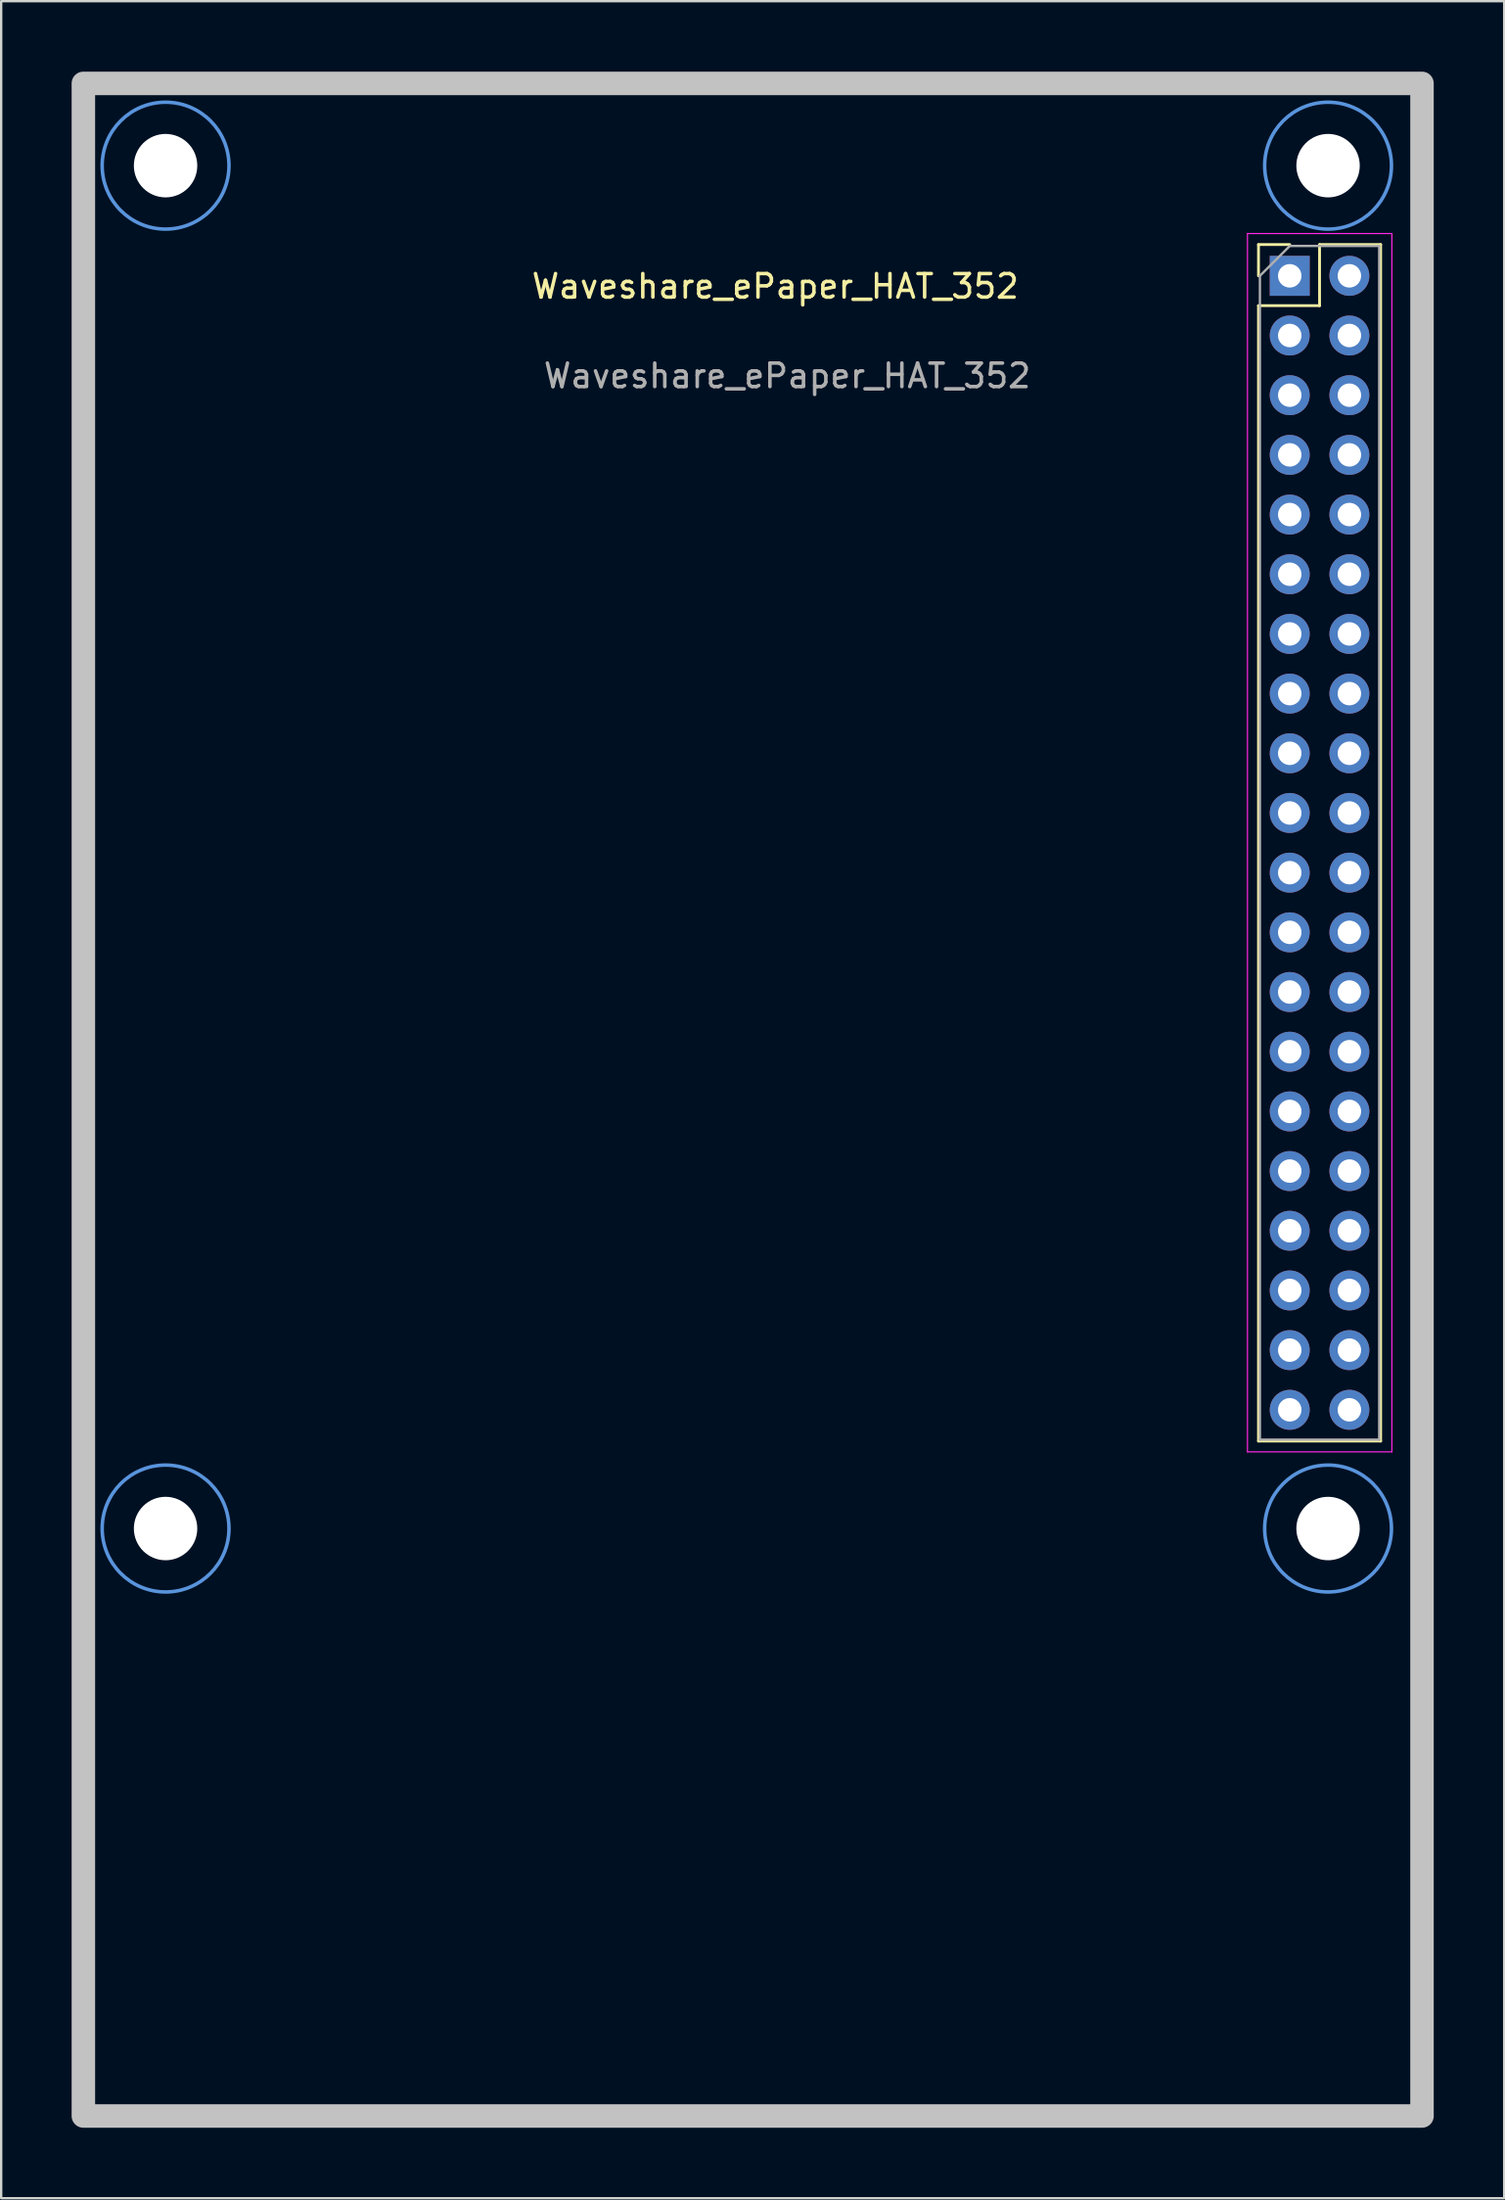
<source format=kicad_pcb>
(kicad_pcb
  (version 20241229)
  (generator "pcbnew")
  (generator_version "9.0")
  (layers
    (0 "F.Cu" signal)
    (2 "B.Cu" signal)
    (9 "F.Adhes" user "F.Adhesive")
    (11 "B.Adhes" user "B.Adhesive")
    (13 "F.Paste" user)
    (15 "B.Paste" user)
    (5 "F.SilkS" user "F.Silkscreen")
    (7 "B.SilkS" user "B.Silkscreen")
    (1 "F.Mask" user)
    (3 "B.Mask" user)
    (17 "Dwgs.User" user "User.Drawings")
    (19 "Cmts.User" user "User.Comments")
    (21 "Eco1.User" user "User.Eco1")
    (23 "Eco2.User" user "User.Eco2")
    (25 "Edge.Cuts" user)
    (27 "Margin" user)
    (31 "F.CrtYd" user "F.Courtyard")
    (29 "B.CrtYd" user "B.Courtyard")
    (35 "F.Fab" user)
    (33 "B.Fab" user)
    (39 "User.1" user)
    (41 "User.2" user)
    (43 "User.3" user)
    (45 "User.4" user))
  (footprint "Waveshare_ePaper_HAT_352"
    (layer "F.Cu")
    (at 4 4)
    (property "Reference" "Waveshare_ePaper_HAT_352" (at 25.964 5.136 0) (unlocked yes) (layer "F.SilkS") (effects (font (size 1 1) (thickness 0.15))))
    (attr through_hole)
    (fp_line (start 46.538 3.358) (end 47.868 3.358) (stroke (width 0.12) (type solid)) (layer "F.SilkS"))
    (fp_line (start 46.538 4.688) (end 46.538 3.358) (stroke (width 0.12) (type solid)) (layer "F.SilkS"))
    (fp_line (start 46.538 5.958) (end 46.538 54.278) (stroke (width 0.12) (type solid)) (layer "F.SilkS"))
    (fp_line (start 46.538 5.958) (end 49.138 5.958) (stroke (width 0.12) (type solid)) (layer "F.SilkS"))
    (fp_line (start 46.538 54.278) (end 51.738 54.278) (stroke (width 0.12) (type solid)) (layer "F.SilkS"))
    (fp_line (start 49.138 3.358) (end 51.738 3.358) (stroke (width 0.12) (type solid)) (layer "F.SilkS"))
    (fp_line (start 49.138 5.958) (end 49.138 3.358) (stroke (width 0.12) (type solid)) (layer "F.SilkS"))
    (fp_line (start 51.738 3.358) (end 51.738 54.278) (stroke (width 0.12) (type solid)) (layer "F.SilkS"))
    (fp_rect (start -3.5 -3.5) (end 53.5 83) (stroke (width 1) (type solid)) (fill no) (layer "Dwgs.User"))
    (fp_circle (center 0 0) (end 2.7 0) (stroke (width 0.15) (type solid)) (fill no) (layer "Cmts.User"))
    (fp_circle (center 0 58) (end 2.7 58) (stroke (width 0.15) (type solid)) (fill no) (layer "Cmts.User"))
    (fp_circle (center 49.5 0) (end 52.2 0) (stroke (width 0.15) (type solid)) (fill no) (layer "Cmts.User"))
    (fp_circle (center 49.5 58) (end 52.2 58) (stroke (width 0.15) (type solid)) (fill no) (layer "Cmts.User"))
    (fp_line (start 46.068 2.888) (end 46.068 54.738) (stroke (width 0.05) (type solid)) (layer "F.CrtYd"))
    (fp_line (start 46.068 54.738) (end 52.218 54.738) (stroke (width 0.05) (type solid)) (layer "F.CrtYd"))
    (fp_line (start 52.218 2.888) (end 46.068 2.888) (stroke (width 0.05) (type solid)) (layer "F.CrtYd"))
    (fp_line (start 52.218 54.738) (end 52.218 2.888) (stroke (width 0.05) (type solid)) (layer "F.CrtYd"))
    (fp_circle (center 0 0) (end 2.7 0) (stroke (width 0.05) (type solid)) (fill no) (layer "F.CrtYd"))
    (fp_circle (center 0 58) (end 2.7 58) (stroke (width 0.05) (type solid)) (fill no) (layer "F.CrtYd"))
    (fp_circle (center 49.5 0) (end 52.2 0) (stroke (width 0.05) (type solid)) (fill no) (layer "F.CrtYd"))
    (fp_circle (center 49.5 58) (end 52.2 58) (stroke (width 0.05) (type solid)) (fill no) (layer "F.CrtYd"))
    (fp_line (start 46.598 4.688) (end 47.868 3.418) (stroke (width 0.1) (type solid)) (layer "F.Fab"))
    (fp_line (start 46.598 54.218) (end 46.598 4.688) (stroke (width 0.1) (type solid)) (layer "F.Fab"))
    (fp_line (start 47.868 3.418) (end 51.678 3.418) (stroke (width 0.1) (type solid)) (layer "F.Fab"))
    (fp_line (start 51.678 3.418) (end 51.678 54.218) (stroke (width 0.1) (type solid)) (layer "F.Fab"))
    (fp_line (start 51.678 54.218) (end 46.598 54.218) (stroke (width 0.1) (type solid)) (layer "F.Fab"))
    (fp_text user "${REFERENCE}" (at 26.472 8.946 0) (unlocked yes) (layer "F.Fab") (effects (font (size 1 1) (thickness 0.15))))
    (pad "" np_thru_hole circle (at 0 0) (size 2.7 2.7) (drill 2.7) (layers "*.Cu" "*.Mask"))
    (pad "" np_thru_hole circle (at 0 58) (size 2.7 2.7) (drill 2.7) (layers "*.Cu" "*.Mask"))
    (pad "" np_thru_hole circle (at 49.5 0) (size 2.7 2.7) (drill 2.7) (layers "*.Cu" "*.Mask"))
    (pad "" np_thru_hole circle (at 49.5 58) (size 2.7 2.7) (drill 2.7) (layers "*.Cu" "*.Mask"))
    (pad "1" thru_hole rect (at 47.868 4.688) (size 1.7 1.7) (drill 1) (layers "*.Cu" "*.Mask"))
    (pad "2" thru_hole oval (at 50.408 4.688) (size 1.7 1.7) (drill 1) (layers "*.Cu" "*.Mask"))
    (pad "3" thru_hole oval (at 47.868 7.228) (size 1.7 1.7) (drill 1) (layers "*.Cu" "*.Mask"))
    (pad "4" thru_hole oval (at 50.408 7.228) (size 1.7 1.7) (drill 1) (layers "*.Cu" "*.Mask"))
    (pad "5" thru_hole oval (at 47.868 9.768) (size 1.7 1.7) (drill 1) (layers "*.Cu" "*.Mask"))
    (pad "6" thru_hole oval (at 50.408 9.768) (size 1.7 1.7) (drill 1) (layers "*.Cu" "*.Mask"))
    (pad "7" thru_hole oval (at 47.868 12.308) (size 1.7 1.7) (drill 1) (layers "*.Cu" "*.Mask"))
    (pad "8" thru_hole oval (at 50.408 12.308) (size 1.7 1.7) (drill 1) (layers "*.Cu" "*.Mask"))
    (pad "9" thru_hole oval (at 47.868 14.848) (size 1.7 1.7) (drill 1) (layers "*.Cu" "*.Mask"))
    (pad "10" thru_hole oval (at 50.408 14.848) (size 1.7 1.7) (drill 1) (layers "*.Cu" "*.Mask"))
    (pad "11" thru_hole oval (at 47.868 17.388) (size 1.7 1.7) (drill 1) (layers "*.Cu" "*.Mask"))
    (pad "12" thru_hole oval (at 50.408 17.388) (size 1.7 1.7) (drill 1) (layers "*.Cu" "*.Mask"))
    (pad "13" thru_hole oval (at 47.868 19.928) (size 1.7 1.7) (drill 1) (layers "*.Cu" "*.Mask"))
    (pad "14" thru_hole oval (at 50.408 19.928) (size 1.7 1.7) (drill 1) (layers "*.Cu" "*.Mask"))
    (pad "15" thru_hole oval (at 47.868 22.468) (size 1.7 1.7) (drill 1) (layers "*.Cu" "*.Mask"))
    (pad "16" thru_hole oval (at 50.408 22.468) (size 1.7 1.7) (drill 1) (layers "*.Cu" "*.Mask"))
    (pad "17" thru_hole oval (at 47.868 25.008) (size 1.7 1.7) (drill 1) (layers "*.Cu" "*.Mask"))
    (pad "18" thru_hole oval (at 50.408 25.008) (size 1.7 1.7) (drill 1) (layers "*.Cu" "*.Mask"))
    (pad "19" thru_hole oval (at 47.868 27.548) (size 1.7 1.7) (drill 1) (layers "*.Cu" "*.Mask"))
    (pad "20" thru_hole oval (at 50.408 27.548) (size 1.7 1.7) (drill 1) (layers "*.Cu" "*.Mask"))
    (pad "21" thru_hole oval (at 47.868 30.088) (size 1.7 1.7) (drill 1) (layers "*.Cu" "*.Mask"))
    (pad "22" thru_hole oval (at 50.408 30.088) (size 1.7 1.7) (drill 1) (layers "*.Cu" "*.Mask"))
    (pad "23" thru_hole oval (at 47.868 32.628) (size 1.7 1.7) (drill 1) (layers "*.Cu" "*.Mask"))
    (pad "24" thru_hole oval (at 50.408 32.628) (size 1.7 1.7) (drill 1) (layers "*.Cu" "*.Mask"))
    (pad "25" thru_hole oval (at 47.868 35.168) (size 1.7 1.7) (drill 1) (layers "*.Cu" "*.Mask"))
    (pad "26" thru_hole oval (at 50.408 35.168) (size 1.7 1.7) (drill 1) (layers "*.Cu" "*.Mask"))
    (pad "27" thru_hole oval (at 47.868 37.708) (size 1.7 1.7) (drill 1) (layers "*.Cu" "*.Mask"))
    (pad "28" thru_hole oval (at 50.408 37.708) (size 1.7 1.7) (drill 1) (layers "*.Cu" "*.Mask"))
    (pad "29" thru_hole oval (at 47.868 40.248) (size 1.7 1.7) (drill 1) (layers "*.Cu" "*.Mask"))
    (pad "30" thru_hole oval (at 50.408 40.248) (size 1.7 1.7) (drill 1) (layers "*.Cu" "*.Mask"))
    (pad "31" thru_hole oval (at 47.868 42.788) (size 1.7 1.7) (drill 1) (layers "*.Cu" "*.Mask"))
    (pad "32" thru_hole oval (at 50.408 42.788) (size 1.7 1.7) (drill 1) (layers "*.Cu" "*.Mask"))
    (pad "33" thru_hole oval (at 47.868 45.328) (size 1.7 1.7) (drill 1) (layers "*.Cu" "*.Mask"))
    (pad "34" thru_hole oval (at 50.408 45.328) (size 1.7 1.7) (drill 1) (layers "*.Cu" "*.Mask"))
    (pad "35" thru_hole oval (at 47.868 47.868) (size 1.7 1.7) (drill 1) (layers "*.Cu" "*.Mask"))
    (pad "36" thru_hole oval (at 50.408 47.868) (size 1.7 1.7) (drill 1) (layers "*.Cu" "*.Mask"))
    (pad "37" thru_hole oval (at 47.868 50.408) (size 1.7 1.7) (drill 1) (layers "*.Cu" "*.Mask"))
    (pad "38" thru_hole oval (at 50.408 50.408) (size 1.7 1.7) (drill 1) (layers "*.Cu" "*.Mask"))
    (pad "39" thru_hole oval (at 47.868 52.948) (size 1.7 1.7) (drill 1) (layers "*.Cu" "*.Mask"))
    (pad "40" thru_hole oval (at 50.408 52.948) (size 1.7 1.7) (drill 1) (layers "*.Cu" "*.Mask")))
  (gr_rect
    (start -3 -3)
    (end 61 90.5)
    (stroke (width 0.1) (type default))
    (fill no)
    (layer "Edge.Cuts")))
</source>
